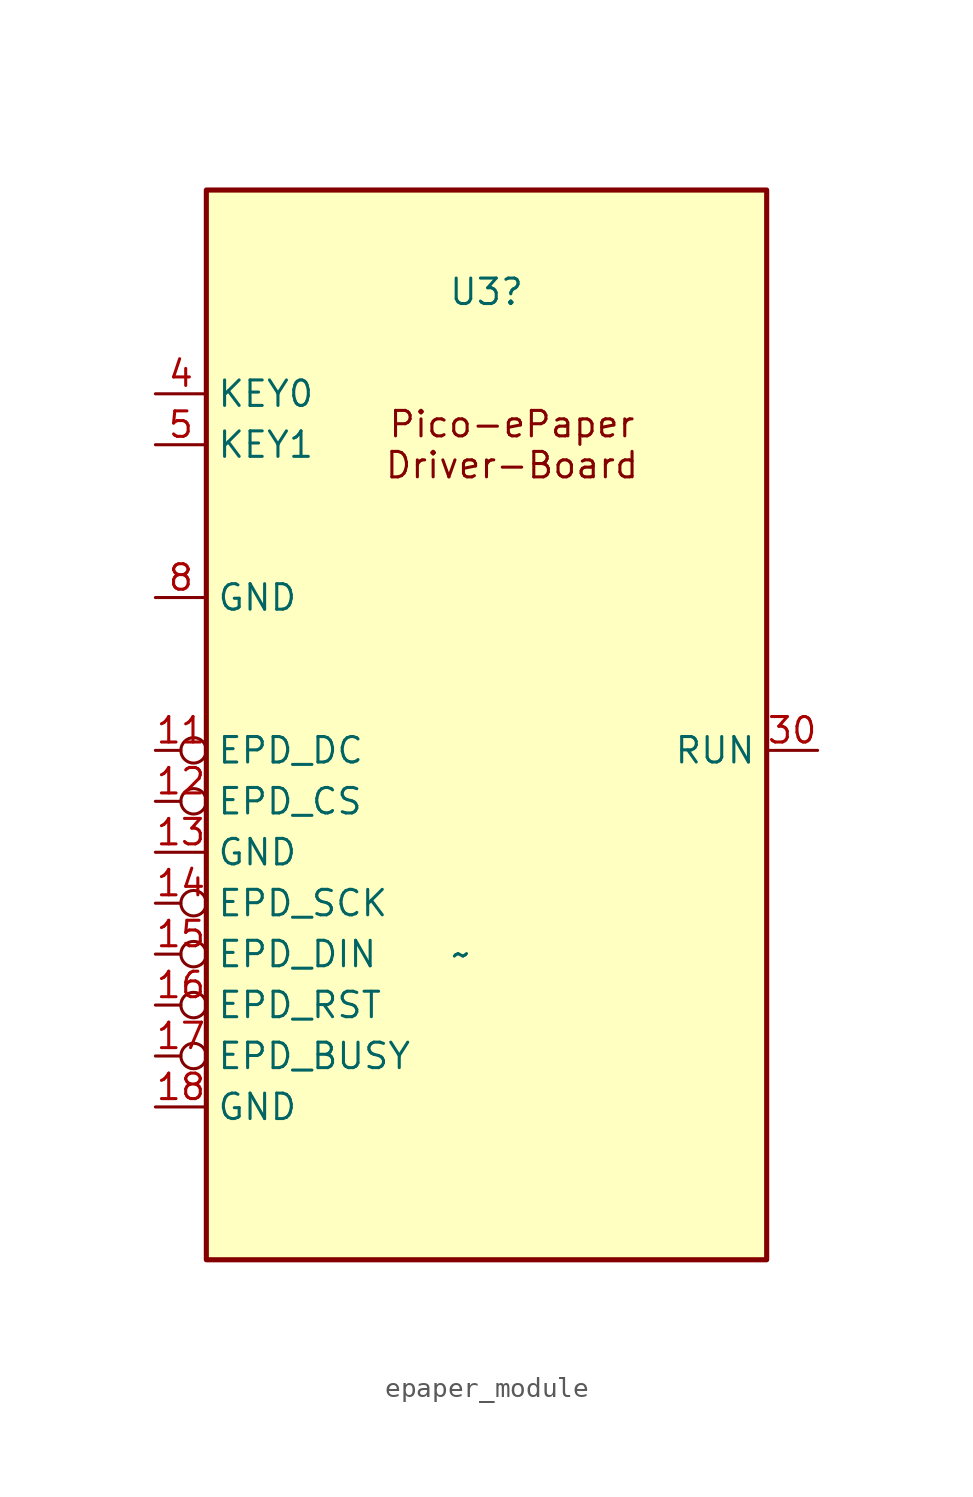
<source format=kicad_sym>
(kicad_symbol_lib
  (version 20220914)
  (generator kicad_symbol_editor)
  (symbol "epaper_module"
    (property "Reference" "U3"
      (at 0 15.24 0)
      (effects (font (size 1.27 1.27))))
    (property "Value" "~"
      (at -1.27 -17.78 0)
      (effects (font (size 1.27 1.27))))
    (symbol "epaper_module_1_1"
      (rectangle (start -13.97 20.32) (end 13.97 -33.02) (stroke (width 0.254) (type default)) (fill (type background)))
      (text "Pico-ePaper\nDriver-Board" (at 1.27 7.62 0) (effects (font (size 1.27 1.27))))
      (pin bidirectional inverted (at -16.51 -7.62 0) (length 2.54) (name "EPD_DC" (effects (font (size 1.27 1.27)))) (number "11" (effects (font (size 1.27 1.27)))))
      (pin bidirectional inverted (at -16.51 -10.16 0) (length 2.54) (name "EPD_CS" (effects (font (size 1.27 1.27)))) (number "12" (effects (font (size 1.27 1.27)))))
      (pin power_in line (at -16.51 -12.7 0) (length 2.54) (name "GND" (effects (font (size 1.27 1.27)))) (number "13" (effects (font (size 1.27 1.27)))))
      (pin bidirectional inverted (at -16.51 -15.24 0) (length 2.54) (name "EPD_SCK" (effects (font (size 1.27 1.27)))) (number "14" (effects (font (size 1.27 1.27)))))
      (pin bidirectional inverted (at -16.51 -17.78 0) (length 2.54) (name "EPD_DIN" (effects (font (size 1.27 1.27)))) (number "15" (effects (font (size 1.27 1.27)))))
      (pin bidirectional inverted (at -16.51 -20.32 0) (length 2.54) (name "EPD_RST" (effects (font (size 1.27 1.27)))) (number "16" (effects (font (size 1.27 1.27)))))
      (pin bidirectional inverted (at -16.51 -22.86 0) (length 2.54) (name "EPD_BUSY" (effects (font (size 1.27 1.27)))) (number "17" (effects (font (size 1.27 1.27)))))
      (pin power_in line (at -16.51 -25.4 0) (length 2.54) (name "GND" (effects (font (size 1.27 1.27)))) (number "18" (effects (font (size 1.27 1.27)))))
      (pin bidirectional line (at 16.51 -7.62 180) (length 2.54) (name "RUN" (effects (font (size 1.27 1.27)))) (number "30" (effects (font (size 1.27 1.27)))))
      (pin bidirectional line (at -16.51 10.16 0) (length 2.54) (name "KEY0" (effects (font (size 1.27 1.27)))) (number "4" (effects (font (size 1.27 1.27)))))
      (pin bidirectional line (at -16.51 7.62 0) (length 2.54) (name "KEY1" (effects (font (size 1.27 1.27)))) (number "5" (effects (font (size 1.27 1.27)))))
      (pin power_in line (at -16.51 0 0) (length 2.54) (name "GND" (effects (font (size 1.27 1.27)))) (number "8" (effects (font (size 1.27 1.27))))))))
</source>
